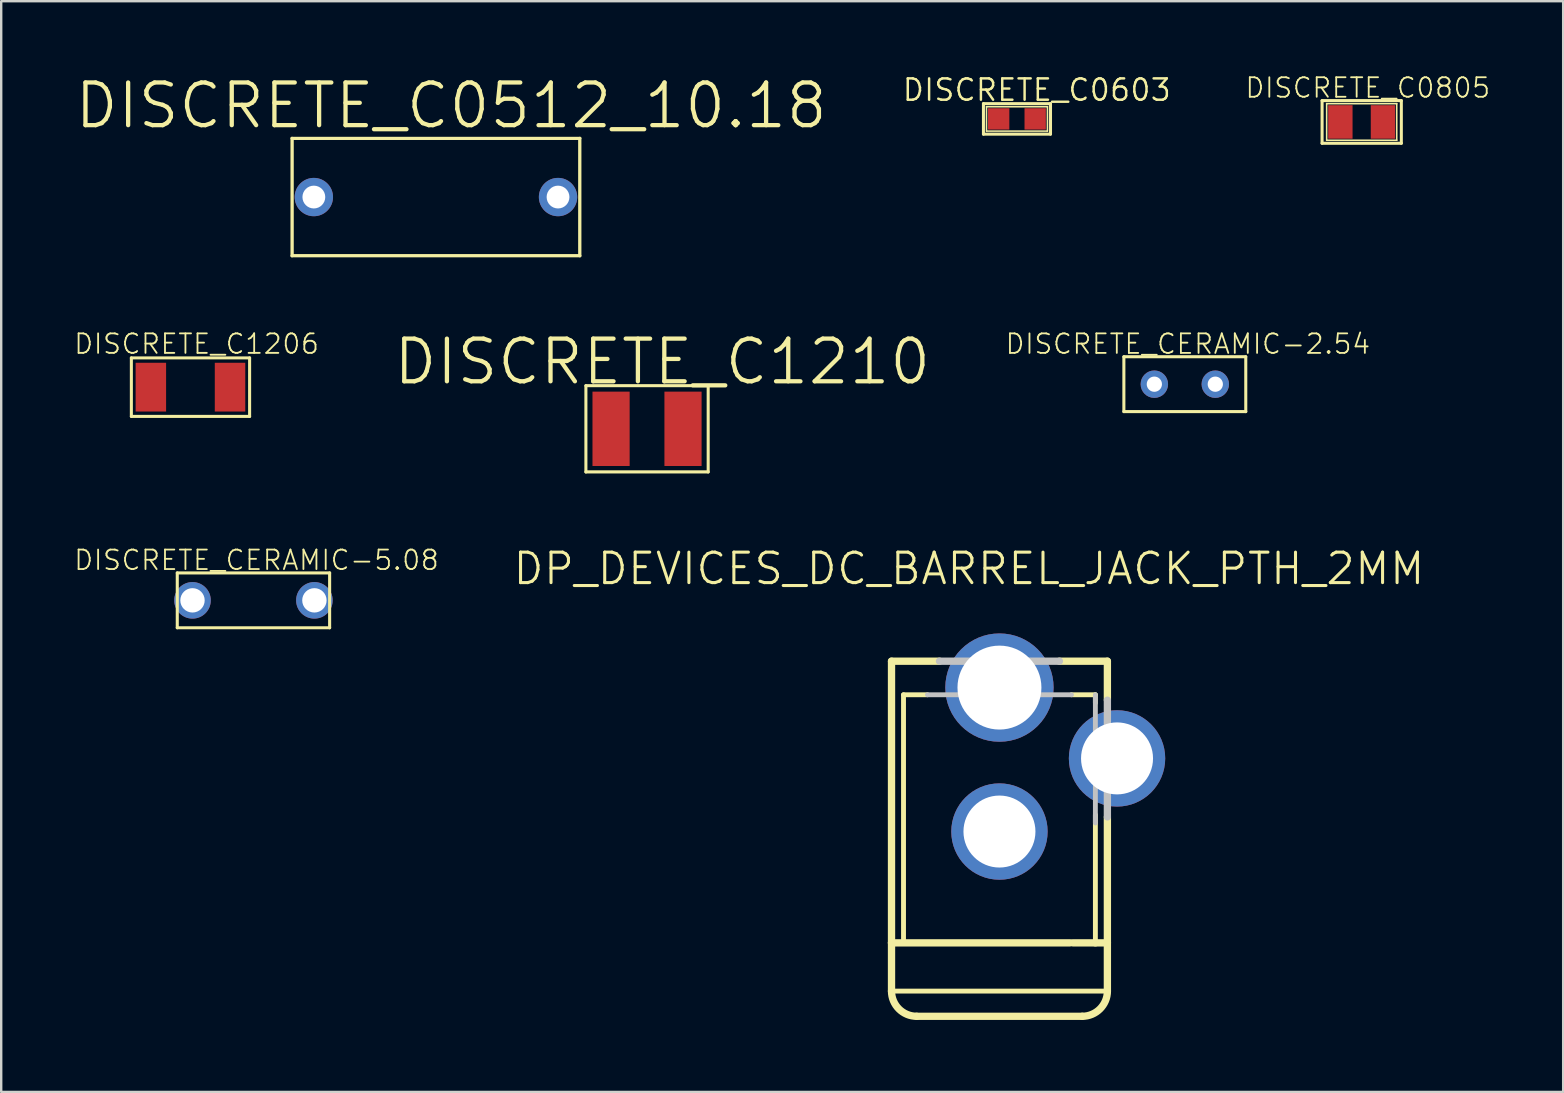
<source format=kicad_pcb>
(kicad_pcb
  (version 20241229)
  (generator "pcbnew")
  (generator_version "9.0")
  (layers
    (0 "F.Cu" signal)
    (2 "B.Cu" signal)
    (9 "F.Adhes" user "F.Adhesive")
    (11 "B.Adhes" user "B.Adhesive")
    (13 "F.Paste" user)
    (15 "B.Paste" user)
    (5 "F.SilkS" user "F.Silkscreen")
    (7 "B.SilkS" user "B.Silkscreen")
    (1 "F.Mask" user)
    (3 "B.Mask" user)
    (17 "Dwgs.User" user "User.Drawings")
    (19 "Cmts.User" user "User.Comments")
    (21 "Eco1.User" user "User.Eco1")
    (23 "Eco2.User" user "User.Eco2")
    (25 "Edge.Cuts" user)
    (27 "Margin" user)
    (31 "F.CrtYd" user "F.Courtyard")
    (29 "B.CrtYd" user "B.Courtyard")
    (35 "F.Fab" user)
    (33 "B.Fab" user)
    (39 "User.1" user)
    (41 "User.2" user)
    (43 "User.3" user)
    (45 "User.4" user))
  (footprint "DISCRETE_CERAMIC-5.08"
    (layer "F.Cu")
    (at 7.512 21.968)
    (property "Reference" "DISCRETE_CERAMIC-5.08" (at 0.127 -1.676 0) (layer "F.SilkS") (effects (font (size 0.813 0.813) (thickness 0.076))))
    (attr exclude_from_pos_files exclude_from_bom)
    (fp_line (start -3.175 -1.143) (end 3.175 -1.143) (stroke (width 0.066) (type solid)) (layer "F.SilkS"))
    (fp_line (start -3.175 -1.143) (end 3.175 -1.143) (stroke (width 0.127) (type solid)) (layer "F.SilkS"))
    (fp_line (start -3.175 1.143) (end -3.175 -1.143) (stroke (width 0.066) (type solid)) (layer "F.SilkS"))
    (fp_line (start -3.175 1.143) (end -3.175 -1.143) (stroke (width 0.127) (type solid)) (layer "F.SilkS"))
    (fp_line (start -3.175 1.143) (end 3.175 1.143) (stroke (width 0.066) (type solid)) (layer "F.SilkS"))
    (fp_line (start 3.175 -1.143) (end 3.175 1.143) (stroke (width 0.127) (type solid)) (layer "F.SilkS"))
    (fp_line (start 3.175 1.143) (end -3.175 1.143) (stroke (width 0.127) (type solid)) (layer "F.SilkS"))
    (fp_line (start 3.175 1.143) (end 3.175 -1.143) (stroke (width 0.066) (type solid)) (layer "F.SilkS"))
    (pad "1" thru_hole circle (at -2.54 0) (size 1.524 1.524) (drill 1.016) (layers "*.Cu" "*.Paste" "*.Mask"))
    (pad "2" thru_hole circle (at 2.54 0) (size 1.524 1.524) (drill 1.016) (layers "*.Cu" "*.Paste" "*.Mask")))
  (footprint "DISCRETE_CERAMIC-2.54"
    (layer "F.Cu")
    (at 46.325 12.96)
    (property "Reference" "DISCRETE_CERAMIC-2.54" (at 0.127 -1.676 0) (layer "F.SilkS") (effects (font (size 0.813 0.813) (thickness 0.076))))
    (attr exclude_from_pos_files exclude_from_bom)
    (fp_line (start -2.54 -1.143) (end 2.54 -1.143) (stroke (width 0.066) (type solid)) (layer "F.SilkS"))
    (fp_line (start -2.54 -1.143) (end 2.54 -1.143) (stroke (width 0.127) (type solid)) (layer "F.SilkS"))
    (fp_line (start -2.54 1.143) (end -2.54 -1.143) (stroke (width 0.066) (type solid)) (layer "F.SilkS"))
    (fp_line (start -2.54 1.143) (end -2.54 -1.143) (stroke (width 0.127) (type solid)) (layer "F.SilkS"))
    (fp_line (start -2.54 1.143) (end 2.54 1.143) (stroke (width 0.066) (type solid)) (layer "F.SilkS"))
    (fp_line (start 2.54 -1.143) (end 2.54 1.143) (stroke (width 0.127) (type solid)) (layer "F.SilkS"))
    (fp_line (start 2.54 1.143) (end -2.54 1.143) (stroke (width 0.127) (type solid)) (layer "F.SilkS"))
    (fp_line (start 2.54 1.143) (end 2.54 -1.143) (stroke (width 0.066) (type solid)) (layer "F.SilkS"))
    (pad "1" thru_hole circle (at -1.27 0) (size 1.143 1.143) (drill 0.635) (layers "*.Cu" "*.Paste" "*.Mask"))
    (pad "2" thru_hole circle (at 1.27 0) (size 1.143 1.143) (drill 0.635) (layers "*.Cu" "*.Paste" "*.Mask")))
  (footprint "DISCRETE_C1206"
    (layer "F.Cu")
    (at 4.888 13.084)
    (property "Reference" "DISCRETE_C1206" (at 0.254 -1.801 0) (layer "F.SilkS") (effects (font (size 0.813 0.813) (thickness 0.076))))
    (attr smd)
    (fp_line (start -2.464 -1.219) (end 2.464 -1.219) (stroke (width 0.127) (type solid)) (layer "F.SilkS"))
    (fp_line (start -2.464 1.219) (end -2.464 -1.219) (stroke (width 0.127) (type solid)) (layer "F.SilkS"))
    (fp_line (start 2.464 -1.219) (end 2.464 1.219) (stroke (width 0.127) (type solid)) (layer "F.SilkS"))
    (fp_line (start 2.464 1.219) (end -2.464 1.219) (stroke (width 0.127) (type solid)) (layer "F.SilkS"))
    (pad "1" smd rect (at -1.651 0) (size 1.27 2.032) (layers "F.Cu" "F.Mask" "F.Paste"))
    (pad "2" smd rect (at 1.648 0) (size 1.27 2.032) (layers "F.Cu" "F.Mask" "F.Paste")))
  (footprint "DISCRETE_C0512_10.18"
    (layer "F.Cu")
    (at 15.117 5.162)
    (property "Reference" "DISCRETE_C0512_10.18" (at 0.635 -3.81 0) (layer "F.SilkS") (effects (font (size 1.778 1.778) (thickness 0.178))))
    (attr exclude_from_pos_files exclude_from_bom)
    (fp_line (start -5.999 -2.449) (end 5.999 -2.449) (stroke (width 0.127) (type solid)) (layer "F.SilkS"))
    (fp_line (start -5.999 2.449) (end -5.999 -2.449) (stroke (width 0.127) (type solid)) (layer "F.SilkS"))
    (fp_line (start -5.969 -2.413) (end 5.969 -2.413) (stroke (width 0.066) (type solid)) (layer "F.SilkS"))
    (fp_line (start -5.969 2.413) (end -5.969 -2.413) (stroke (width 0.066) (type solid)) (layer "F.SilkS"))
    (fp_line (start -5.969 2.413) (end 5.969 2.413) (stroke (width 0.066) (type solid)) (layer "F.SilkS"))
    (fp_line (start 5.969 2.413) (end 5.969 -2.413) (stroke (width 0.066) (type solid)) (layer "F.SilkS"))
    (fp_line (start 5.999 -2.449) (end 5.999 2.449) (stroke (width 0.127) (type solid)) (layer "F.SilkS"))
    (fp_line (start 5.999 2.449) (end -5.999 2.449) (stroke (width 0.127) (type solid)) (layer "F.SilkS"))
    (pad "P$1" thru_hole circle (at -5.088 0) (size 1.598 1.598) (drill 0.95) (layers "*.Cu" "*.Paste" "*.Mask"))
    (pad "P$2" thru_hole circle (at 5.088 0) (size 1.598 1.598) (drill 0.95) (layers "*.Cu" "*.Paste" "*.Mask")))
  (footprint "DISCRETE_C0603"
    (layer "F.Cu")
    (at 39.33 1.905)
    (property "Reference" "DISCRETE_C0603" (at 0.826 -1.206 0) (layer "F.SilkS") (effects (font (size 0.889 0.889) (thickness 0.102))))
    (attr smd)
    (fp_line (start -1.397 -0.635) (end 1.397 -0.635) (stroke (width 0.127) (type solid)) (layer "F.SilkS"))
    (fp_line (start -1.397 0.635) (end -1.397 -0.635) (stroke (width 0.127) (type solid)) (layer "F.SilkS"))
    (fp_line (start -1.27 -0.508) (end 1.27 -0.508) (stroke (width 0.066) (type solid)) (layer "F.SilkS"))
    (fp_line (start -1.27 0.508) (end -1.27 -0.508) (stroke (width 0.066) (type solid)) (layer "F.SilkS"))
    (fp_line (start -1.27 0.508) (end 1.27 0.508) (stroke (width 0.066) (type solid)) (layer "F.SilkS"))
    (fp_line (start 1.27 0.508) (end 1.27 -0.508) (stroke (width 0.066) (type solid)) (layer "F.SilkS"))
    (fp_line (start 1.397 -0.635) (end 1.397 0.635) (stroke (width 0.127) (type solid)) (layer "F.SilkS"))
    (fp_line (start 1.397 0.635) (end -1.397 0.635) (stroke (width 0.127) (type solid)) (layer "F.SilkS"))
    (pad "1" smd rect (at -0.762 0) (size 0.889 0.889) (layers "F.Cu" "F.Mask" "F.Paste"))
    (pad "2" smd rect (at 0.759 0) (size 0.889 0.889) (layers "F.Cu" "F.Mask" "F.Paste")))
  (footprint "DP_DEVICES_DC_BARREL_JACK_PTH_2MM"
    (layer "F.Cu")
    (at 38.6 32.078)
    (property "Reference" "DP_DEVICES_DC_BARREL_JACK_PTH_2MM" (at -1.27 -11.43 0) (layer "F.SilkS") (effects (font (size 1.27 1.27) (thickness 0.127))))
    (attr exclude_from_pos_files exclude_from_bom)
    (fp_line (start -4.498 -7.574) (end -2.499 -7.574) (stroke (width 0.305) (type solid)) (layer "F.SilkS"))
    (fp_line (start -4.498 4.163) (end -4.498 -7.574) (stroke (width 0.305) (type solid)) (layer "F.SilkS"))
    (fp_line (start -4.498 4.163) (end 2.939 4.163) (stroke (width 0.305) (type solid)) (layer "F.SilkS"))
    (fp_line (start -4.498 6.175) (end -4.498 4.163) (stroke (width 0.305) (type solid)) (layer "F.SilkS"))
    (fp_line (start -4.498 6.175) (end 4.498 6.175) (stroke (width 0.203) (type solid)) (layer "F.SilkS"))
    (fp_line (start -3.998 -6.175) (end -3 -6.175) (stroke (width 0.203) (type solid)) (layer "F.SilkS"))
    (fp_line (start -3.998 4.163) (end -3.998 -6.175) (stroke (width 0.203) (type solid)) (layer "F.SilkS"))
    (fp_line (start -3.449 7.224) (end 3.449 7.224) (stroke (width 0.305) (type solid)) (layer "F.SilkS"))
    (fp_line (start 2.499 -7.574) (end 4.498 -7.574) (stroke (width 0.305) (type solid)) (layer "F.SilkS"))
    (fp_line (start 3 -6.175) (end 3.998 -6.175) (stroke (width 0.203) (type solid)) (layer "F.SilkS"))
    (fp_line (start 3.058 4.163) (end 3.998 4.163) (stroke (width 0.305) (type solid)) (layer "F.SilkS"))
    (fp_line (start 3.998 -6.175) (end 3.998 -5.834) (stroke (width 0.203) (type solid)) (layer "F.SilkS"))
    (fp_line (start 3.998 -1.173) (end 3.998 4.163) (stroke (width 0.203) (type solid)) (layer "F.SilkS"))
    (fp_line (start 3.998 4.163) (end 4.498 4.163) (stroke (width 0.305) (type solid)) (layer "F.SilkS"))
    (fp_line (start 4.498 -7.574) (end 4.498 -5.959) (stroke (width 0.305) (type solid)) (layer "F.SilkS"))
    (fp_line (start 4.498 -1.074) (end 4.498 4.163) (stroke (width 0.305) (type solid)) (layer "F.SilkS"))
    (fp_line (start 4.498 4.163) (end 4.498 6.175) (stroke (width 0.305) (type solid)) (layer "F.SilkS"))
    (fp_arc (start -3.44932 7.22376) (mid -4.191089 6.916509) (end -4.49834 6.17474) (stroke (width 0.3048) (type solid)) (layer "F.SilkS"))
    (fp_arc (start 4.49834 6.17474) (mid 4.191089 6.916509) (end 3.44932 7.22376) (stroke (width 0.3048) (type solid)) (layer "F.SilkS"))
    (fp_line (start -3 -6.175) (end 3 -6.175) (stroke (width 0.203) (type solid)) (layer "Dwgs.User"))
    (fp_line (start -2.499 -7.574) (end 2.499 -7.574) (stroke (width 0.305) (type solid)) (layer "Dwgs.User"))
    (fp_line (start 3.998 -6.175) (end 3.998 -0.833) (stroke (width 0.203) (type solid)) (layer "Dwgs.User"))
    (fp_line (start 4.498 -5.949) (end 4.498 -1.085) (stroke (width 0.305) (type solid)) (layer "Dwgs.User"))
    (pad "P1" thru_hole circle (at 0 -6.474) (size 4.514 4.514) (drill 3.498) (layers "*.Cu" "*.Paste" "*.Mask"))
    (pad "P2" thru_hole circle (at 4.9 -3.523) (size 4.016 4.016) (drill 3) (layers "*.Cu" "*.Paste" "*.Mask"))
    (pad "P3" thru_hole circle (at 0 -0.475) (size 4.016 4.016) (drill 3) (layers "*.Cu" "*.Paste" "*.Mask")))
  (footprint "DISCRETE_C0805"
    (layer "F.Cu")
    (at 53.696 2.032)
    (property "Reference" "DISCRETE_C0805" (at 0.254 -1.422 0) (layer "F.SilkS") (effects (font (size 0.813 0.813) (thickness 0.076))))
    (attr smd)
    (fp_line (start -1.651 -0.889) (end 1.651 -0.889) (stroke (width 0.127) (type solid)) (layer "F.SilkS"))
    (fp_line (start -1.651 0.889) (end -1.651 -0.889) (stroke (width 0.127) (type solid)) (layer "F.SilkS"))
    (fp_line (start -1.46 -0.762) (end 1.46 -0.762) (stroke (width 0.066) (type solid)) (layer "F.SilkS"))
    (fp_line (start -1.46 0.762) (end -1.46 -0.762) (stroke (width 0.066) (type solid)) (layer "F.SilkS"))
    (fp_line (start -1.46 0.762) (end 1.46 0.762) (stroke (width 0.066) (type solid)) (layer "F.SilkS"))
    (fp_line (start 1.46 0.762) (end 1.46 -0.762) (stroke (width 0.066) (type solid)) (layer "F.SilkS"))
    (fp_line (start 1.651 -0.889) (end 1.651 0.889) (stroke (width 0.127) (type solid)) (layer "F.SilkS"))
    (fp_line (start 1.651 0.889) (end -1.651 0.889) (stroke (width 0.127) (type solid)) (layer "F.SilkS"))
    (pad "1" smd rect (at -0.889 0) (size 1.016 1.397) (layers "F.Cu" "F.Mask" "F.Paste"))
    (pad "2" smd rect (at 0.886 0) (size 1.016 1.397) (layers "F.Cu" "F.Mask" "F.Paste")))
  (footprint "DISCRETE_C1210"
    (layer "F.Cu")
    (at 23.914 14.82)
    (property "Reference" "DISCRETE_C1210" (at 0.635 -2.794 0) (layer "F.SilkS") (effects (font (size 1.778 1.778) (thickness 0.178))))
    (attr smd)
    (fp_line (start -2.548 -1.798) (end 2.548 -1.798) (stroke (width 0.127) (type solid)) (layer "F.SilkS"))
    (fp_line (start -2.548 1.798) (end -2.548 -1.798) (stroke (width 0.127) (type solid)) (layer "F.SilkS"))
    (fp_line (start -2.54 -1.778) (end 2.54 -1.778) (stroke (width 0.066) (type solid)) (layer "F.SilkS"))
    (fp_line (start -2.54 1.778) (end -2.54 -1.778) (stroke (width 0.066) (type solid)) (layer "F.SilkS"))
    (fp_line (start -2.54 1.778) (end 2.54 1.778) (stroke (width 0.066) (type solid)) (layer "F.SilkS"))
    (fp_line (start 2.54 1.778) (end 2.54 -1.778) (stroke (width 0.066) (type solid)) (layer "F.SilkS"))
    (fp_line (start 2.548 -1.798) (end 2.548 1.798) (stroke (width 0.127) (type solid)) (layer "F.SilkS"))
    (fp_line (start 2.548 1.798) (end -2.548 1.798) (stroke (width 0.127) (type solid)) (layer "F.SilkS"))
    (pad "1" smd rect (at -1.499 0 90) (size 3.099 1.549) (layers "F.Cu" "F.Mask" "F.Paste"))
    (pad "2" smd rect (at 1.499 0 90) (size 3.099 1.549) (layers "F.Cu" "F.Mask" "F.Paste")))
  (gr_rect
    (start -3 -3)
    (end 62.092 42.454)
    (stroke (width 0.1) (type default))
    (fill no)
    (layer "Edge.Cuts")))
</source>
